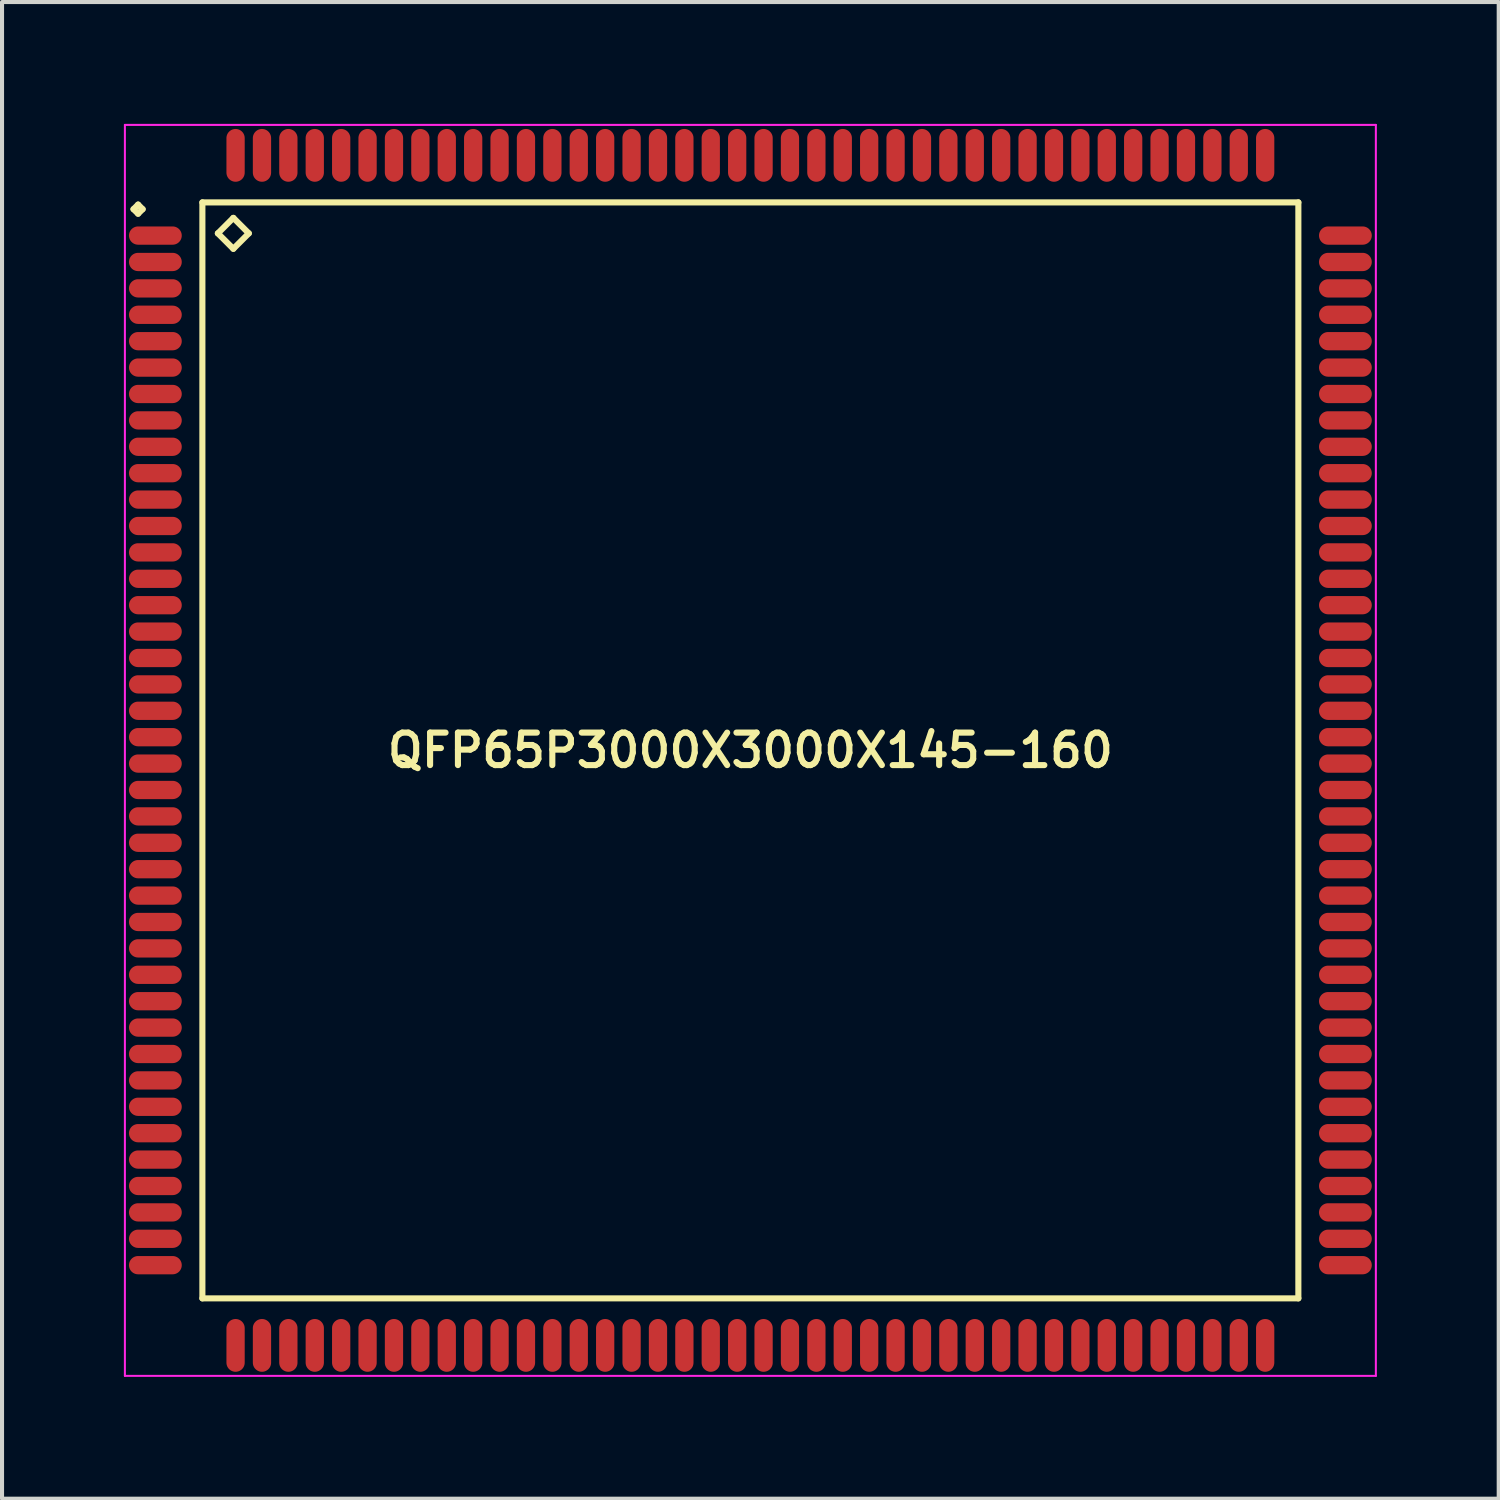
<source format=kicad_pcb>
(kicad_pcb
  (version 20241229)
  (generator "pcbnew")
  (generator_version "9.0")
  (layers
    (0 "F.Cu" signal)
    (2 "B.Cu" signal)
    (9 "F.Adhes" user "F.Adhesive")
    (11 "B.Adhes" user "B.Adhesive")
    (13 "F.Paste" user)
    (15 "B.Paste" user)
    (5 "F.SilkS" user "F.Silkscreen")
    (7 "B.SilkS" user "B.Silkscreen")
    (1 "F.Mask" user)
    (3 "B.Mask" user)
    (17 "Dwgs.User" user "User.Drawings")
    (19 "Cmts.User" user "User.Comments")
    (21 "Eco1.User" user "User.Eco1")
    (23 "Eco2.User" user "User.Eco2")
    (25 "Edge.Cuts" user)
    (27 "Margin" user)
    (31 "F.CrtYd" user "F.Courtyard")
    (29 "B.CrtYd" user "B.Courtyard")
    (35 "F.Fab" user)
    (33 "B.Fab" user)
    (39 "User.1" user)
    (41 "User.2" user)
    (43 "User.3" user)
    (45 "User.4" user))
  (footprint "QFP65P3000X3000X145-160"
    (layer "F.Cu")
    (at 15.425 15.425)
    (property "Reference" "QFP65P3000X3000X145-160" (at 0 0 0) (layer "F.SilkS") (effects (font (size 0.8 0.8) (thickness 0.15))))
    (attr smd)
    (fp_line (start -15.188 -13.325) (end -15.075 -13.438) (stroke (width 0.15) (type solid)) (layer "F.SilkS"))
    (fp_line (start -15.075 -13.438) (end -14.963 -13.325) (stroke (width 0.15) (type solid)) (layer "F.SilkS"))
    (fp_line (start -15.075 -13.213) (end -15.188 -13.325) (stroke (width 0.15) (type solid)) (layer "F.SilkS"))
    (fp_line (start -14.963 -13.325) (end -15.075 -13.213) (stroke (width 0.15) (type solid)) (layer "F.SilkS"))
    (fp_line (start -13.492 -13.492) (end -13.492 13.492) (stroke (width 0.15) (type solid)) (layer "F.SilkS"))
    (fp_line (start -13.492 13.492) (end 13.492 13.492) (stroke (width 0.15) (type solid)) (layer "F.SilkS"))
    (fp_line (start -13.111 -12.73) (end -12.73 -13.111) (stroke (width 0.15) (type solid)) (layer "F.SilkS"))
    (fp_line (start -12.73 -13.111) (end -12.349 -12.73) (stroke (width 0.15) (type solid)) (layer "F.SilkS"))
    (fp_line (start -12.73 -12.349) (end -13.111 -12.73) (stroke (width 0.15) (type solid)) (layer "F.SilkS"))
    (fp_line (start -12.349 -12.73) (end -12.73 -12.349) (stroke (width 0.15) (type solid)) (layer "F.SilkS"))
    (fp_line (start 13.492 -13.492) (end -13.492 -13.492) (stroke (width 0.15) (type solid)) (layer "F.SilkS"))
    (fp_line (start 13.492 13.492) (end 13.492 -13.492) (stroke (width 0.15) (type solid)) (layer "F.SilkS"))
    (fp_line (start -15.4 -15.4) (end 15.4 -15.4) (stroke (width 0.05) (type solid)) (layer "F.CrtYd"))
    (fp_line (start -15.4 15.4) (end -15.4 -15.4) (stroke (width 0.05) (type solid)) (layer "F.CrtYd"))
    (fp_line (start 15.4 -15.4) (end 15.4 15.4) (stroke (width 0.05) (type solid)) (layer "F.CrtYd"))
    (fp_line (start 15.4 15.4) (end -15.4 15.4) (stroke (width 0.05) (type solid)) (layer "F.CrtYd"))
    (pad "1" smd oval (at -14.65 -12.675) (size 1.3 0.45) (layers "F.Cu" "F.Mask" "F.Paste"))
    (pad "2" smd oval (at -14.65 -12.025) (size 1.3 0.45) (layers "F.Cu" "F.Mask" "F.Paste"))
    (pad "3" smd oval (at -14.65 -11.375) (size 1.3 0.45) (layers "F.Cu" "F.Mask" "F.Paste"))
    (pad "4" smd oval (at -14.65 -10.725) (size 1.3 0.45) (layers "F.Cu" "F.Mask" "F.Paste"))
    (pad "5" smd oval (at -14.65 -10.075) (size 1.3 0.45) (layers "F.Cu" "F.Mask" "F.Paste"))
    (pad "6" smd oval (at -14.65 -9.425) (size 1.3 0.45) (layers "F.Cu" "F.Mask" "F.Paste"))
    (pad "7" smd oval (at -14.65 -8.775) (size 1.3 0.45) (layers "F.Cu" "F.Mask" "F.Paste"))
    (pad "8" smd oval (at -14.65 -8.125) (size 1.3 0.45) (layers "F.Cu" "F.Mask" "F.Paste"))
    (pad "9" smd oval (at -14.65 -7.475) (size 1.3 0.45) (layers "F.Cu" "F.Mask" "F.Paste"))
    (pad "10" smd oval (at -14.65 -6.825) (size 1.3 0.45) (layers "F.Cu" "F.Mask" "F.Paste"))
    (pad "11" smd oval (at -14.65 -6.175) (size 1.3 0.45) (layers "F.Cu" "F.Mask" "F.Paste"))
    (pad "12" smd oval (at -14.65 -5.525) (size 1.3 0.45) (layers "F.Cu" "F.Mask" "F.Paste"))
    (pad "13" smd oval (at -14.65 -4.875) (size 1.3 0.45) (layers "F.Cu" "F.Mask" "F.Paste"))
    (pad "14" smd oval (at -14.65 -4.225) (size 1.3 0.45) (layers "F.Cu" "F.Mask" "F.Paste"))
    (pad "15" smd oval (at -14.65 -3.575) (size 1.3 0.45) (layers "F.Cu" "F.Mask" "F.Paste"))
    (pad "16" smd oval (at -14.65 -2.925) (size 1.3 0.45) (layers "F.Cu" "F.Mask" "F.Paste"))
    (pad "17" smd oval (at -14.65 -2.275) (size 1.3 0.45) (layers "F.Cu" "F.Mask" "F.Paste"))
    (pad "18" smd oval (at -14.65 -1.625) (size 1.3 0.45) (layers "F.Cu" "F.Mask" "F.Paste"))
    (pad "19" smd oval (at -14.65 -0.975) (size 1.3 0.45) (layers "F.Cu" "F.Mask" "F.Paste"))
    (pad "20" smd oval (at -14.65 -0.325) (size 1.3 0.45) (layers "F.Cu" "F.Mask" "F.Paste"))
    (pad "21" smd oval (at -14.65 0.325) (size 1.3 0.45) (layers "F.Cu" "F.Mask" "F.Paste"))
    (pad "22" smd oval (at -14.65 0.975) (size 1.3 0.45) (layers "F.Cu" "F.Mask" "F.Paste"))
    (pad "23" smd oval (at -14.65 1.625) (size 1.3 0.45) (layers "F.Cu" "F.Mask" "F.Paste"))
    (pad "24" smd oval (at -14.65 2.275) (size 1.3 0.45) (layers "F.Cu" "F.Mask" "F.Paste"))
    (pad "25" smd oval (at -14.65 2.925) (size 1.3 0.45) (layers "F.Cu" "F.Mask" "F.Paste"))
    (pad "26" smd oval (at -14.65 3.575) (size 1.3 0.45) (layers "F.Cu" "F.Mask" "F.Paste"))
    (pad "27" smd oval (at -14.65 4.225) (size 1.3 0.45) (layers "F.Cu" "F.Mask" "F.Paste"))
    (pad "28" smd oval (at -14.65 4.875) (size 1.3 0.45) (layers "F.Cu" "F.Mask" "F.Paste"))
    (pad "29" smd oval (at -14.65 5.525) (size 1.3 0.45) (layers "F.Cu" "F.Mask" "F.Paste"))
    (pad "30" smd oval (at -14.65 6.175) (size 1.3 0.45) (layers "F.Cu" "F.Mask" "F.Paste"))
    (pad "31" smd oval (at -14.65 6.825) (size 1.3 0.45) (layers "F.Cu" "F.Mask" "F.Paste"))
    (pad "32" smd oval (at -14.65 7.475) (size 1.3 0.45) (layers "F.Cu" "F.Mask" "F.Paste"))
    (pad "33" smd oval (at -14.65 8.125) (size 1.3 0.45) (layers "F.Cu" "F.Mask" "F.Paste"))
    (pad "34" smd oval (at -14.65 8.775) (size 1.3 0.45) (layers "F.Cu" "F.Mask" "F.Paste"))
    (pad "35" smd oval (at -14.65 9.425) (size 1.3 0.45) (layers "F.Cu" "F.Mask" "F.Paste"))
    (pad "36" smd oval (at -14.65 10.075) (size 1.3 0.45) (layers "F.Cu" "F.Mask" "F.Paste"))
    (pad "37" smd oval (at -14.65 10.725) (size 1.3 0.45) (layers "F.Cu" "F.Mask" "F.Paste"))
    (pad "38" smd oval (at -14.65 11.375) (size 1.3 0.45) (layers "F.Cu" "F.Mask" "F.Paste"))
    (pad "39" smd oval (at -14.65 12.025) (size 1.3 0.45) (layers "F.Cu" "F.Mask" "F.Paste"))
    (pad "40" smd oval (at -14.65 12.675) (size 1.3 0.45) (layers "F.Cu" "F.Mask" "F.Paste"))
    (pad "41" smd oval (at -12.675 14.65) (size 0.45 1.3) (layers "F.Cu" "F.Mask" "F.Paste"))
    (pad "42" smd oval (at -12.025 14.65) (size 0.45 1.3) (layers "F.Cu" "F.Mask" "F.Paste"))
    (pad "43" smd oval (at -11.375 14.65) (size 0.45 1.3) (layers "F.Cu" "F.Mask" "F.Paste"))
    (pad "44" smd oval (at -10.725 14.65) (size 0.45 1.3) (layers "F.Cu" "F.Mask" "F.Paste"))
    (pad "45" smd oval (at -10.075 14.65) (size 0.45 1.3) (layers "F.Cu" "F.Mask" "F.Paste"))
    (pad "46" smd oval (at -9.425 14.65) (size 0.45 1.3) (layers "F.Cu" "F.Mask" "F.Paste"))
    (pad "47" smd oval (at -8.775 14.65) (size 0.45 1.3) (layers "F.Cu" "F.Mask" "F.Paste"))
    (pad "48" smd oval (at -8.125 14.65) (size 0.45 1.3) (layers "F.Cu" "F.Mask" "F.Paste"))
    (pad "49" smd oval (at -7.475 14.65) (size 0.45 1.3) (layers "F.Cu" "F.Mask" "F.Paste"))
    (pad "50" smd oval (at -6.825 14.65) (size 0.45 1.3) (layers "F.Cu" "F.Mask" "F.Paste"))
    (pad "51" smd oval (at -6.175 14.65) (size 0.45 1.3) (layers "F.Cu" "F.Mask" "F.Paste"))
    (pad "52" smd oval (at -5.525 14.65) (size 0.45 1.3) (layers "F.Cu" "F.Mask" "F.Paste"))
    (pad "53" smd oval (at -4.875 14.65) (size 0.45 1.3) (layers "F.Cu" "F.Mask" "F.Paste"))
    (pad "54" smd oval (at -4.225 14.65) (size 0.45 1.3) (layers "F.Cu" "F.Mask" "F.Paste"))
    (pad "55" smd oval (at -3.575 14.65) (size 0.45 1.3) (layers "F.Cu" "F.Mask" "F.Paste"))
    (pad "56" smd oval (at -2.925 14.65) (size 0.45 1.3) (layers "F.Cu" "F.Mask" "F.Paste"))
    (pad "57" smd oval (at -2.275 14.65) (size 0.45 1.3) (layers "F.Cu" "F.Mask" "F.Paste"))
    (pad "58" smd oval (at -1.625 14.65) (size 0.45 1.3) (layers "F.Cu" "F.Mask" "F.Paste"))
    (pad "59" smd oval (at -0.975 14.65) (size 0.45 1.3) (layers "F.Cu" "F.Mask" "F.Paste"))
    (pad "60" smd oval (at -0.325 14.65) (size 0.45 1.3) (layers "F.Cu" "F.Mask" "F.Paste"))
    (pad "61" smd oval (at 0.325 14.65) (size 0.45 1.3) (layers "F.Cu" "F.Mask" "F.Paste"))
    (pad "62" smd oval (at 0.975 14.65) (size 0.45 1.3) (layers "F.Cu" "F.Mask" "F.Paste"))
    (pad "63" smd oval (at 1.625 14.65) (size 0.45 1.3) (layers "F.Cu" "F.Mask" "F.Paste"))
    (pad "64" smd oval (at 2.275 14.65) (size 0.45 1.3) (layers "F.Cu" "F.Mask" "F.Paste"))
    (pad "65" smd oval (at 2.925 14.65) (size 0.45 1.3) (layers "F.Cu" "F.Mask" "F.Paste"))
    (pad "66" smd oval (at 3.575 14.65) (size 0.45 1.3) (layers "F.Cu" "F.Mask" "F.Paste"))
    (pad "67" smd oval (at 4.225 14.65) (size 0.45 1.3) (layers "F.Cu" "F.Mask" "F.Paste"))
    (pad "68" smd oval (at 4.875 14.65) (size 0.45 1.3) (layers "F.Cu" "F.Mask" "F.Paste"))
    (pad "69" smd oval (at 5.525 14.65) (size 0.45 1.3) (layers "F.Cu" "F.Mask" "F.Paste"))
    (pad "70" smd oval (at 6.175 14.65) (size 0.45 1.3) (layers "F.Cu" "F.Mask" "F.Paste"))
    (pad "71" smd oval (at 6.825 14.65) (size 0.45 1.3) (layers "F.Cu" "F.Mask" "F.Paste"))
    (pad "72" smd oval (at 7.475 14.65) (size 0.45 1.3) (layers "F.Cu" "F.Mask" "F.Paste"))
    (pad "73" smd oval (at 8.125 14.65) (size 0.45 1.3) (layers "F.Cu" "F.Mask" "F.Paste"))
    (pad "74" smd oval (at 8.775 14.65) (size 0.45 1.3) (layers "F.Cu" "F.Mask" "F.Paste"))
    (pad "75" smd oval (at 9.425 14.65) (size 0.45 1.3) (layers "F.Cu" "F.Mask" "F.Paste"))
    (pad "76" smd oval (at 10.075 14.65) (size 0.45 1.3) (layers "F.Cu" "F.Mask" "F.Paste"))
    (pad "77" smd oval (at 10.725 14.65) (size 0.45 1.3) (layers "F.Cu" "F.Mask" "F.Paste"))
    (pad "78" smd oval (at 11.375 14.65) (size 0.45 1.3) (layers "F.Cu" "F.Mask" "F.Paste"))
    (pad "79" smd oval (at 12.025 14.65) (size 0.45 1.3) (layers "F.Cu" "F.Mask" "F.Paste"))
    (pad "80" smd oval (at 12.675 14.65) (size 0.45 1.3) (layers "F.Cu" "F.Mask" "F.Paste"))
    (pad "81" smd oval (at 14.65 12.675) (size 1.3 0.45) (layers "F.Cu" "F.Mask" "F.Paste"))
    (pad "82" smd oval (at 14.65 12.025) (size 1.3 0.45) (layers "F.Cu" "F.Mask" "F.Paste"))
    (pad "83" smd oval (at 14.65 11.375) (size 1.3 0.45) (layers "F.Cu" "F.Mask" "F.Paste"))
    (pad "84" smd oval (at 14.65 10.725) (size 1.3 0.45) (layers "F.Cu" "F.Mask" "F.Paste"))
    (pad "85" smd oval (at 14.65 10.075) (size 1.3 0.45) (layers "F.Cu" "F.Mask" "F.Paste"))
    (pad "86" smd oval (at 14.65 9.425) (size 1.3 0.45) (layers "F.Cu" "F.Mask" "F.Paste"))
    (pad "87" smd oval (at 14.65 8.775) (size 1.3 0.45) (layers "F.Cu" "F.Mask" "F.Paste"))
    (pad "88" smd oval (at 14.65 8.125) (size 1.3 0.45) (layers "F.Cu" "F.Mask" "F.Paste"))
    (pad "89" smd oval (at 14.65 7.475) (size 1.3 0.45) (layers "F.Cu" "F.Mask" "F.Paste"))
    (pad "90" smd oval (at 14.65 6.825) (size 1.3 0.45) (layers "F.Cu" "F.Mask" "F.Paste"))
    (pad "91" smd oval (at 14.65 6.175) (size 1.3 0.45) (layers "F.Cu" "F.Mask" "F.Paste"))
    (pad "92" smd oval (at 14.65 5.525) (size 1.3 0.45) (layers "F.Cu" "F.Mask" "F.Paste"))
    (pad "93" smd oval (at 14.65 4.875) (size 1.3 0.45) (layers "F.Cu" "F.Mask" "F.Paste"))
    (pad "94" smd oval (at 14.65 4.225) (size 1.3 0.45) (layers "F.Cu" "F.Mask" "F.Paste"))
    (pad "95" smd oval (at 14.65 3.575) (size 1.3 0.45) (layers "F.Cu" "F.Mask" "F.Paste"))
    (pad "96" smd oval (at 14.65 2.925) (size 1.3 0.45) (layers "F.Cu" "F.Mask" "F.Paste"))
    (pad "97" smd oval (at 14.65 2.275) (size 1.3 0.45) (layers "F.Cu" "F.Mask" "F.Paste"))
    (pad "98" smd oval (at 14.65 1.625) (size 1.3 0.45) (layers "F.Cu" "F.Mask" "F.Paste"))
    (pad "99" smd oval (at 14.65 0.975) (size 1.3 0.45) (layers "F.Cu" "F.Mask" "F.Paste"))
    (pad "100" smd oval (at 14.65 0.325) (size 1.3 0.45) (layers "F.Cu" "F.Mask" "F.Paste"))
    (pad "101" smd oval (at 14.65 -0.325) (size 1.3 0.45) (layers "F.Cu" "F.Mask" "F.Paste"))
    (pad "102" smd oval (at 14.65 -0.975) (size 1.3 0.45) (layers "F.Cu" "F.Mask" "F.Paste"))
    (pad "103" smd oval (at 14.65 -1.625) (size 1.3 0.45) (layers "F.Cu" "F.Mask" "F.Paste"))
    (pad "104" smd oval (at 14.65 -2.275) (size 1.3 0.45) (layers "F.Cu" "F.Mask" "F.Paste"))
    (pad "105" smd oval (at 14.65 -2.925) (size 1.3 0.45) (layers "F.Cu" "F.Mask" "F.Paste"))
    (pad "106" smd oval (at 14.65 -3.575) (size 1.3 0.45) (layers "F.Cu" "F.Mask" "F.Paste"))
    (pad "107" smd oval (at 14.65 -4.225) (size 1.3 0.45) (layers "F.Cu" "F.Mask" "F.Paste"))
    (pad "108" smd oval (at 14.65 -4.875) (size 1.3 0.45) (layers "F.Cu" "F.Mask" "F.Paste"))
    (pad "109" smd oval (at 14.65 -5.525) (size 1.3 0.45) (layers "F.Cu" "F.Mask" "F.Paste"))
    (pad "110" smd oval (at 14.65 -6.175) (size 1.3 0.45) (layers "F.Cu" "F.Mask" "F.Paste"))
    (pad "111" smd oval (at 14.65 -6.825) (size 1.3 0.45) (layers "F.Cu" "F.Mask" "F.Paste"))
    (pad "112" smd oval (at 14.65 -7.475) (size 1.3 0.45) (layers "F.Cu" "F.Mask" "F.Paste"))
    (pad "113" smd oval (at 14.65 -8.125) (size 1.3 0.45) (layers "F.Cu" "F.Mask" "F.Paste"))
    (pad "114" smd oval (at 14.65 -8.775) (size 1.3 0.45) (layers "F.Cu" "F.Mask" "F.Paste"))
    (pad "115" smd oval (at 14.65 -9.425) (size 1.3 0.45) (layers "F.Cu" "F.Mask" "F.Paste"))
    (pad "116" smd oval (at 14.65 -10.075) (size 1.3 0.45) (layers "F.Cu" "F.Mask" "F.Paste"))
    (pad "117" smd oval (at 14.65 -10.725) (size 1.3 0.45) (layers "F.Cu" "F.Mask" "F.Paste"))
    (pad "118" smd oval (at 14.65 -11.375) (size 1.3 0.45) (layers "F.Cu" "F.Mask" "F.Paste"))
    (pad "119" smd oval (at 14.65 -12.025) (size 1.3 0.45) (layers "F.Cu" "F.Mask" "F.Paste"))
    (pad "120" smd oval (at 14.65 -12.675) (size 1.3 0.45) (layers "F.Cu" "F.Mask" "F.Paste"))
    (pad "121" smd oval (at 12.675 -14.65) (size 0.45 1.3) (layers "F.Cu" "F.Mask" "F.Paste"))
    (pad "122" smd oval (at 12.025 -14.65) (size 0.45 1.3) (layers "F.Cu" "F.Mask" "F.Paste"))
    (pad "123" smd oval (at 11.375 -14.65) (size 0.45 1.3) (layers "F.Cu" "F.Mask" "F.Paste"))
    (pad "124" smd oval (at 10.725 -14.65) (size 0.45 1.3) (layers "F.Cu" "F.Mask" "F.Paste"))
    (pad "125" smd oval (at 10.075 -14.65) (size 0.45 1.3) (layers "F.Cu" "F.Mask" "F.Paste"))
    (pad "126" smd oval (at 9.425 -14.65) (size 0.45 1.3) (layers "F.Cu" "F.Mask" "F.Paste"))
    (pad "127" smd oval (at 8.775 -14.65) (size 0.45 1.3) (layers "F.Cu" "F.Mask" "F.Paste"))
    (pad "128" smd oval (at 8.125 -14.65) (size 0.45 1.3) (layers "F.Cu" "F.Mask" "F.Paste"))
    (pad "129" smd oval (at 7.475 -14.65) (size 0.45 1.3) (layers "F.Cu" "F.Mask" "F.Paste"))
    (pad "130" smd oval (at 6.825 -14.65) (size 0.45 1.3) (layers "F.Cu" "F.Mask" "F.Paste"))
    (pad "131" smd oval (at 6.175 -14.65) (size 0.45 1.3) (layers "F.Cu" "F.Mask" "F.Paste"))
    (pad "132" smd oval (at 5.525 -14.65) (size 0.45 1.3) (layers "F.Cu" "F.Mask" "F.Paste"))
    (pad "133" smd oval (at 4.875 -14.65) (size 0.45 1.3) (layers "F.Cu" "F.Mask" "F.Paste"))
    (pad "134" smd oval (at 4.225 -14.65) (size 0.45 1.3) (layers "F.Cu" "F.Mask" "F.Paste"))
    (pad "135" smd oval (at 3.575 -14.65) (size 0.45 1.3) (layers "F.Cu" "F.Mask" "F.Paste"))
    (pad "136" smd oval (at 2.925 -14.65) (size 0.45 1.3) (layers "F.Cu" "F.Mask" "F.Paste"))
    (pad "137" smd oval (at 2.275 -14.65) (size 0.45 1.3) (layers "F.Cu" "F.Mask" "F.Paste"))
    (pad "138" smd oval (at 1.625 -14.65) (size 0.45 1.3) (layers "F.Cu" "F.Mask" "F.Paste"))
    (pad "139" smd oval (at 0.975 -14.65) (size 0.45 1.3) (layers "F.Cu" "F.Mask" "F.Paste"))
    (pad "140" smd oval (at 0.325 -14.65) (size 0.45 1.3) (layers "F.Cu" "F.Mask" "F.Paste"))
    (pad "141" smd oval (at -0.325 -14.65) (size 0.45 1.3) (layers "F.Cu" "F.Mask" "F.Paste"))
    (pad "142" smd oval (at -0.975 -14.65) (size 0.45 1.3) (layers "F.Cu" "F.Mask" "F.Paste"))
    (pad "143" smd oval (at -1.625 -14.65) (size 0.45 1.3) (layers "F.Cu" "F.Mask" "F.Paste"))
    (pad "144" smd oval (at -2.275 -14.65) (size 0.45 1.3) (layers "F.Cu" "F.Mask" "F.Paste"))
    (pad "145" smd oval (at -2.925 -14.65) (size 0.45 1.3) (layers "F.Cu" "F.Mask" "F.Paste"))
    (pad "146" smd oval (at -3.575 -14.65) (size 0.45 1.3) (layers "F.Cu" "F.Mask" "F.Paste"))
    (pad "147" smd oval (at -4.225 -14.65) (size 0.45 1.3) (layers "F.Cu" "F.Mask" "F.Paste"))
    (pad "148" smd oval (at -4.875 -14.65) (size 0.45 1.3) (layers "F.Cu" "F.Mask" "F.Paste"))
    (pad "149" smd oval (at -5.525 -14.65) (size 0.45 1.3) (layers "F.Cu" "F.Mask" "F.Paste"))
    (pad "150" smd oval (at -6.175 -14.65) (size 0.45 1.3) (layers "F.Cu" "F.Mask" "F.Paste"))
    (pad "151" smd oval (at -6.825 -14.65) (size 0.45 1.3) (layers "F.Cu" "F.Mask" "F.Paste"))
    (pad "152" smd oval (at -7.475 -14.65) (size 0.45 1.3) (layers "F.Cu" "F.Mask" "F.Paste"))
    (pad "153" smd oval (at -8.125 -14.65) (size 0.45 1.3) (layers "F.Cu" "F.Mask" "F.Paste"))
    (pad "154" smd oval (at -8.775 -14.65) (size 0.45 1.3) (layers "F.Cu" "F.Mask" "F.Paste"))
    (pad "155" smd oval (at -9.425 -14.65) (size 0.45 1.3) (layers "F.Cu" "F.Mask" "F.Paste"))
    (pad "156" smd oval (at -10.075 -14.65) (size 0.45 1.3) (layers "F.Cu" "F.Mask" "F.Paste"))
    (pad "157" smd oval (at -10.725 -14.65) (size 0.45 1.3) (layers "F.Cu" "F.Mask" "F.Paste"))
    (pad "158" smd oval (at -11.375 -14.65) (size 0.45 1.3) (layers "F.Cu" "F.Mask" "F.Paste"))
    (pad "159" smd oval (at -12.025 -14.65) (size 0.45 1.3) (layers "F.Cu" "F.Mask" "F.Paste"))
    (pad "160" smd oval (at -12.675 -14.65) (size 0.45 1.3) (layers "F.Cu" "F.Mask" "F.Paste")))
  (gr_rect
    (start -3 -3)
    (end 33.85 33.85)
    (stroke (width 0.1) (type default))
    (fill no)
    (layer "Edge.Cuts")))
</source>
